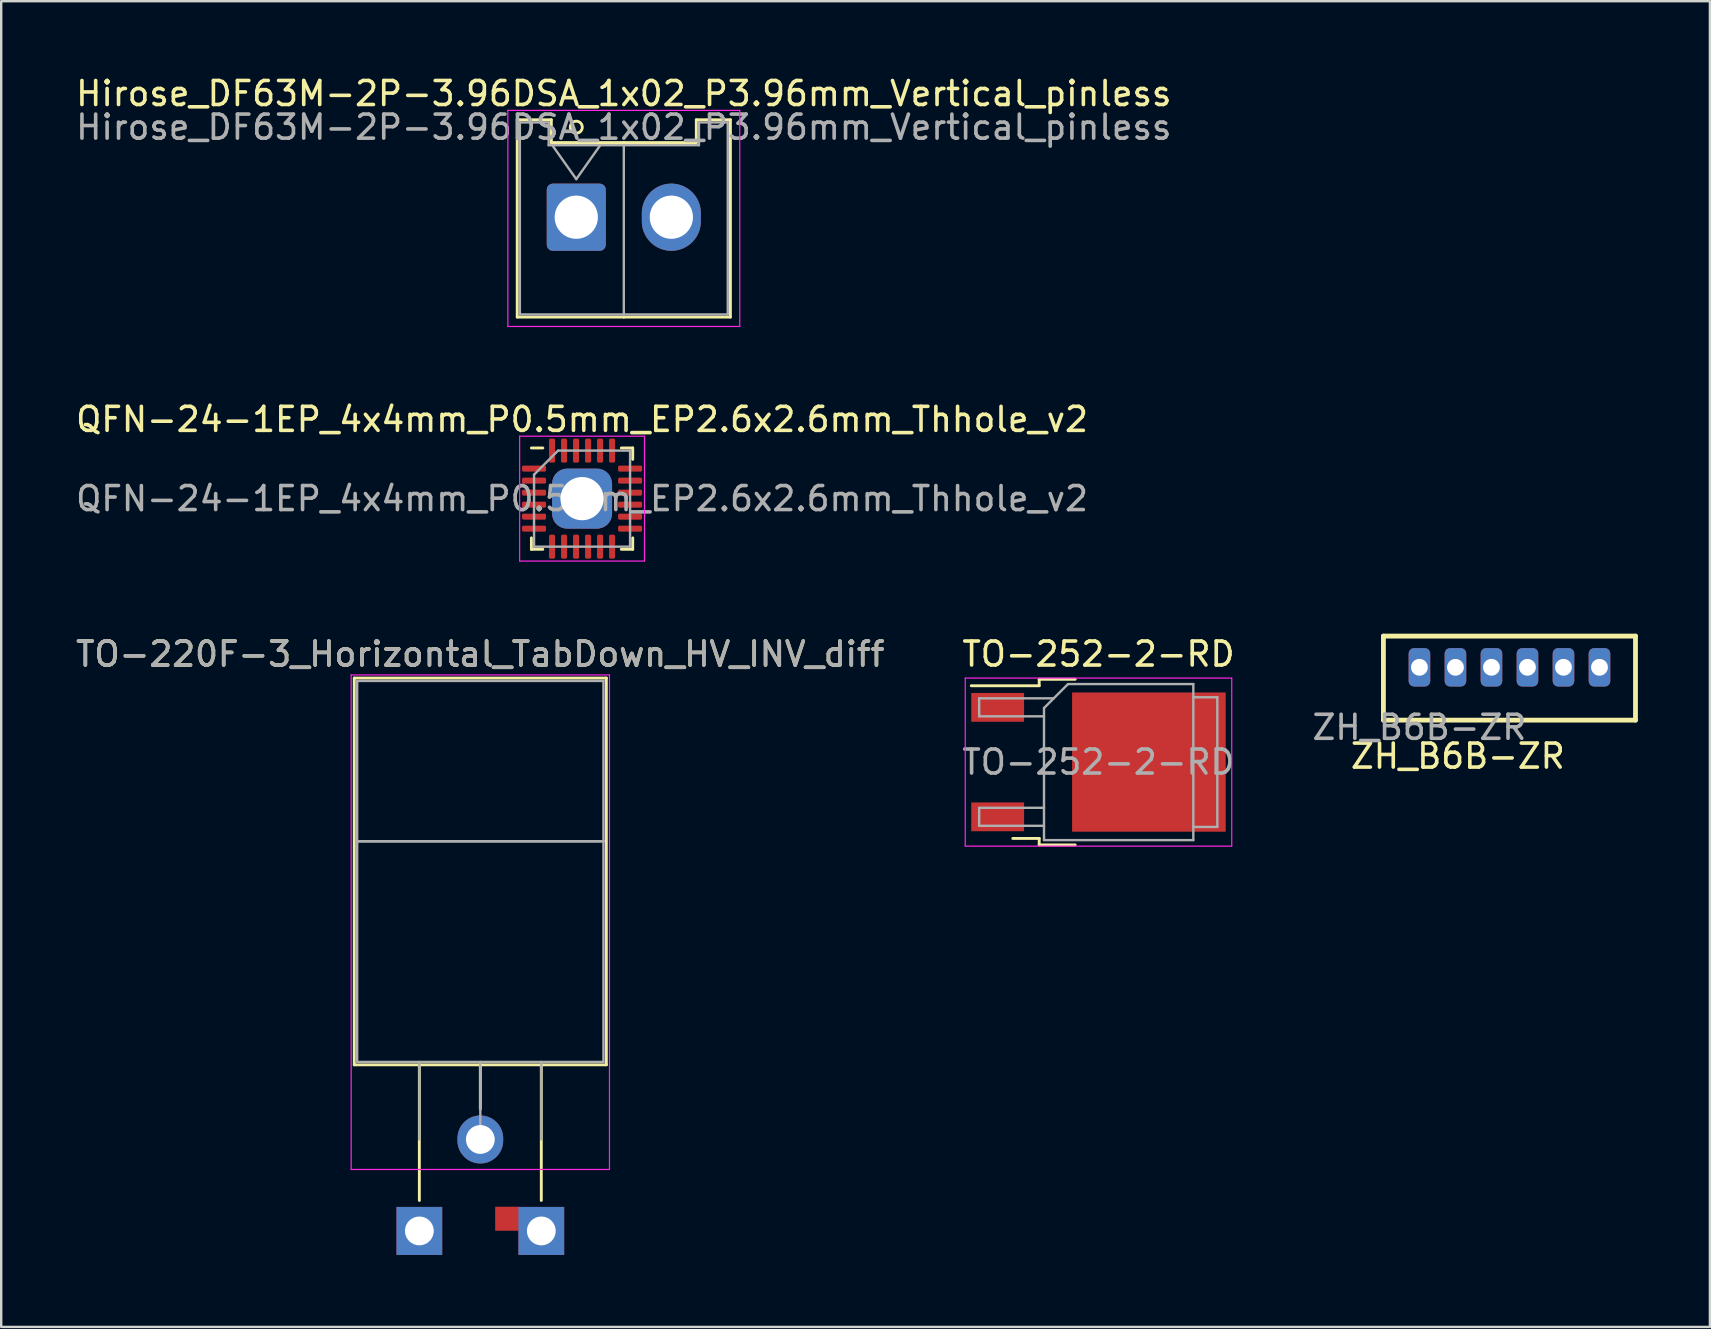
<source format=kicad_pcb>
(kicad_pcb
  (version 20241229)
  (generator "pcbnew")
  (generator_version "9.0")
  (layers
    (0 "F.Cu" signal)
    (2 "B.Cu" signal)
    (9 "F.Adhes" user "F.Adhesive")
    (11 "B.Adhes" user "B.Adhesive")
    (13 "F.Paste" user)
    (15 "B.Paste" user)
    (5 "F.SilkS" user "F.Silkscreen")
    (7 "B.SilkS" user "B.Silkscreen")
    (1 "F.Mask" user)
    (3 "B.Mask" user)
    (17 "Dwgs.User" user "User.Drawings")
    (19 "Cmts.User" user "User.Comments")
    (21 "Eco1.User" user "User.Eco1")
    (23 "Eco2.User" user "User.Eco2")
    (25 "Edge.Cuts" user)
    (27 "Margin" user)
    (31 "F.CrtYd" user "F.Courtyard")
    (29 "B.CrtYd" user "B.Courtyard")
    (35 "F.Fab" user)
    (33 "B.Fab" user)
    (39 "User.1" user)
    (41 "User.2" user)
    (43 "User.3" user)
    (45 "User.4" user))
  (footprint "ZH_B6B-ZR"
    (layer "F.Cu")
    (at 56.077 24.747)
    (property "Reference" "ZH_B6B-ZR" (at 1.6 3.7 0) (unlocked yes) (layer "F.SilkS") (effects (font (size 1 1) (thickness 0.15))))
    (attr through_hole)
    (fp_line (start -1.5 -1.3) (end -1.5 2.2) (stroke (width 0.2) (type solid)) (layer "F.SilkS"))
    (fp_line (start -1.5 -1.3) (end 9 -1.3) (stroke (width 0.2) (type solid)) (layer "F.SilkS"))
    (fp_line (start 9 -1.3) (end 9 2.2) (stroke (width 0.2) (type solid)) (layer "F.SilkS"))
    (fp_line (start 9 2.2) (end -1.5 2.2) (stroke (width 0.2) (type solid)) (layer "F.SilkS"))
    (fp_text user "${REFERENCE}" (at 0 2.5 0) (unlocked yes) (layer "F.Fab") (effects (font (size 1 1) (thickness 0.15))))
    (pad "1" thru_hole roundrect (at 0 0) (size 0.9 1.6) (drill 0.7) (layers "*.Cu" "*.Mask") (roundrect_rratio 0.25))
    (pad "2" thru_hole roundrect (at 1.5 0) (size 0.9 1.6) (drill 0.7) (layers "*.Cu" "*.Mask") (roundrect_rratio 0.25))
    (pad "3" thru_hole roundrect (at 3 0) (size 0.9 1.6) (drill 0.7) (layers "*.Cu" "*.Mask") (roundrect_rratio 0.25))
    (pad "4" thru_hole roundrect (at 4.5 0) (size 0.9 1.6) (drill 0.7) (layers "*.Cu" "*.Mask") (roundrect_rratio 0.25))
    (pad "5" thru_hole roundrect (at 6 0) (size 0.9 1.6) (drill 0.7) (layers "*.Cu" "*.Mask") (roundrect_rratio 0.25))
    (pad "6" thru_hole roundrect (at 7.5 0) (size 0.9 1.6) (drill 0.7) (layers "*.Cu" "*.Mask") (roundrect_rratio 0.25)))
  (footprint "Hirose_DF63M-2P-3.96DSA_1x02_P3.96mm_Vertical_pinless"
    (layer "F.Cu")
    (at 20.955 5.998)
    (property "Reference" "Hirose_DF63M-2P-3.96DSA_1x02_P3.96mm_Vertical_pinless" (at 1.98 -5.15 0) (layer "F.SilkS") (effects (font (size 1 1) (thickness 0.15))))
    (attr through_hole)
    (fp_line (start -2.46 -4.06) (end -1.04 -4.06) (stroke (width 0.12) (type solid)) (layer "F.SilkS"))
    (fp_line (start -2.46 4.16) (end -2.46 -4.06) (stroke (width 0.12) (type solid)) (layer "F.SilkS"))
    (fp_line (start -1.04 -4.06) (end -1.04 -3.11) (stroke (width 0.12) (type solid)) (layer "F.SilkS"))
    (fp_line (start -1.04 -3.11) (end 1.98 -3.11) (stroke (width 0.12) (type solid)) (layer "F.SilkS"))
    (fp_line (start 1.98 4.16) (end -2.46 4.16) (stroke (width 0.12) (type solid)) (layer "F.SilkS"))
    (fp_line (start 1.98 4.16) (end 6.42 4.16) (stroke (width 0.12) (type solid)) (layer "F.SilkS"))
    (fp_line (start 5 -4.06) (end 5 -3.11) (stroke (width 0.12) (type solid)) (layer "F.SilkS"))
    (fp_line (start 5 -3.11) (end 1.98 -3.11) (stroke (width 0.12) (type solid)) (layer "F.SilkS"))
    (fp_line (start 6.42 -4.06) (end 5 -4.06) (stroke (width 0.12) (type solid)) (layer "F.SilkS"))
    (fp_line (start 6.42 4.16) (end 6.42 -4.06) (stroke (width 0.12) (type solid)) (layer "F.SilkS"))
    (fp_circle (center 0 -3.75) (end 0.25 -3.75) (stroke (width 0.12) (type solid)) (fill no) (layer "F.SilkS"))
    (fp_line (start -2.85 -4.45) (end -2.85 4.55) (stroke (width 0.05) (type solid)) (layer "F.CrtYd"))
    (fp_line (start -2.85 4.55) (end 6.81 4.55) (stroke (width 0.05) (type solid)) (layer "F.CrtYd"))
    (fp_line (start 6.81 -4.45) (end -2.85 -4.45) (stroke (width 0.05) (type solid)) (layer "F.CrtYd"))
    (fp_line (start 6.81 4.55) (end 6.81 -4.45) (stroke (width 0.05) (type solid)) (layer "F.CrtYd"))
    (fp_line (start -2.35 -3.95) (end -1.15 -3.95) (stroke (width 0.1) (type solid)) (layer "F.Fab"))
    (fp_line (start -2.35 4.05) (end -2.35 -3.95) (stroke (width 0.1) (type solid)) (layer "F.Fab"))
    (fp_line (start -1.15 -3.95) (end -1.15 -3) (stroke (width 0.1) (type solid)) (layer "F.Fab"))
    (fp_line (start -1.15 -3) (end 1.98 -3) (stroke (width 0.1) (type solid)) (layer "F.Fab"))
    (fp_line (start -1 -3) (end 0 -1.586) (stroke (width 0.1) (type solid)) (layer "F.Fab"))
    (fp_line (start 0 -1.586) (end 1 -3) (stroke (width 0.1) (type solid)) (layer "F.Fab"))
    (fp_line (start 1.98 -3) (end 1.98 4.05) (stroke (width 0.1) (type solid)) (layer "F.Fab"))
    (fp_line (start 1.98 4.05) (end -2.35 4.05) (stroke (width 0.1) (type solid)) (layer "F.Fab"))
    (fp_line (start 1.98 4.05) (end 6.31 4.05) (stroke (width 0.1) (type solid)) (layer "F.Fab"))
    (fp_line (start 5.11 -3.95) (end 5.11 -3) (stroke (width 0.1) (type solid)) (layer "F.Fab"))
    (fp_line (start 5.11 -3) (end 1.98 -3) (stroke (width 0.1) (type solid)) (layer "F.Fab"))
    (fp_line (start 6.31 -3.95) (end 5.11 -3.95) (stroke (width 0.1) (type solid)) (layer "F.Fab"))
    (fp_line (start 6.31 4.05) (end 6.31 -3.95) (stroke (width 0.1) (type solid)) (layer "F.Fab"))
    (fp_text user "${REFERENCE}" (at 1.98 -3.75 0) (layer "F.Fab") (effects (font (size 1 1) (thickness 0.15))))
    (pad "1" thru_hole roundrect (at 0 0) (size 2.46 2.8) (drill 1.8) (layers "*.Cu" "*.Mask") (roundrect_rratio 0.102))
    (pad "2" thru_hole oval (at 3.96 0) (size 2.46 2.8) (drill 1.8) (layers "*.Cu" "*.Mask")))
  (footprint "QFN-24-1EP_4x4mm_P0.5mm_EP2.6x2.6mm_Thhole_v2"
    (layer "F.Cu")
    (at 21.196 17.721)
    (property "Reference" "QFN-24-1EP_4x4mm_P0.5mm_EP2.6x2.6mm_Thhole_v2" (at 0 -3.3 0) (layer "F.SilkS") (effects (font (size 1 1) (thickness 0.15))))
    (attr smd)
    (fp_line (start -2.11 2.11) (end -2.11 1.635) (stroke (width 0.12) (type solid)) (layer "F.SilkS"))
    (fp_line (start -1.635 -2.11) (end -2.11 -2.11) (stroke (width 0.12) (type solid)) (layer "F.SilkS"))
    (fp_line (start -1.635 2.11) (end -2.11 2.11) (stroke (width 0.12) (type solid)) (layer "F.SilkS"))
    (fp_line (start 1.635 -2.11) (end 2.11 -2.11) (stroke (width 0.12) (type solid)) (layer "F.SilkS"))
    (fp_line (start 1.635 2.11) (end 2.11 2.11) (stroke (width 0.12) (type solid)) (layer "F.SilkS"))
    (fp_line (start 2.11 -2.11) (end 2.11 -1.635) (stroke (width 0.12) (type solid)) (layer "F.SilkS"))
    (fp_line (start 2.11 2.11) (end 2.11 1.635) (stroke (width 0.12) (type solid)) (layer "F.SilkS"))
    (fp_line (start -2.6 -2.6) (end -2.6 2.6) (stroke (width 0.05) (type solid)) (layer "F.CrtYd"))
    (fp_line (start -2.6 2.6) (end 2.6 2.6) (stroke (width 0.05) (type solid)) (layer "F.CrtYd"))
    (fp_line (start 2.6 -2.6) (end -2.6 -2.6) (stroke (width 0.05) (type solid)) (layer "F.CrtYd"))
    (fp_line (start 2.6 2.6) (end 2.6 -2.6) (stroke (width 0.05) (type solid)) (layer "F.CrtYd"))
    (fp_line (start -2 -1) (end -1 -2) (stroke (width 0.1) (type solid)) (layer "F.Fab"))
    (fp_line (start -2 2) (end -2 -1) (stroke (width 0.1) (type solid)) (layer "F.Fab"))
    (fp_line (start -1 -2) (end 2 -2) (stroke (width 0.1) (type solid)) (layer "F.Fab"))
    (fp_line (start 2 -2) (end 2 2) (stroke (width 0.1) (type solid)) (layer "F.Fab"))
    (fp_line (start 2 2) (end -2 2) (stroke (width 0.1) (type solid)) (layer "F.Fab"))
    (fp_text user "${REFERENCE}" (at 0 0 0) (layer "F.Fab") (effects (font (size 1 1) (thickness 0.15))))
    (pad "1" smd roundrect (at -2 -1.25) (size 1 0.25) (layers "F.Cu" "F.Mask" "F.Paste") (roundrect_rratio 0.25))
    (pad "2" smd roundrect (at -2 -0.75) (size 1 0.25) (layers "F.Cu" "F.Mask" "F.Paste") (roundrect_rratio 0.25))
    (pad "3" smd roundrect (at -2 -0.25) (size 1 0.25) (layers "F.Cu" "F.Mask" "F.Paste") (roundrect_rratio 0.25))
    (pad "4" smd roundrect (at -2 0.25) (size 1 0.25) (layers "F.Cu" "F.Mask" "F.Paste") (roundrect_rratio 0.25))
    (pad "5" smd roundrect (at -2 0.75) (size 1 0.25) (layers "F.Cu" "F.Mask" "F.Paste") (roundrect_rratio 0.25))
    (pad "6" smd roundrect (at -2 1.25) (size 1 0.25) (layers "F.Cu" "F.Mask" "F.Paste") (roundrect_rratio 0.25))
    (pad "7" smd roundrect (at -1.25 2) (size 0.25 1) (layers "F.Cu" "F.Mask" "F.Paste") (roundrect_rratio 0.25))
    (pad "8" smd roundrect (at -0.75 2) (size 0.25 1) (layers "F.Cu" "F.Mask" "F.Paste") (roundrect_rratio 0.25))
    (pad "9" smd roundrect (at -0.25 2) (size 0.25 1) (layers "F.Cu" "F.Mask" "F.Paste") (roundrect_rratio 0.25))
    (pad "10" smd roundrect (at 0.25 2) (size 0.25 1) (layers "F.Cu" "F.Mask" "F.Paste") (roundrect_rratio 0.25))
    (pad "11" smd roundrect (at 0.75 2) (size 0.25 1) (layers "F.Cu" "F.Mask" "F.Paste") (roundrect_rratio 0.25))
    (pad "12" smd roundrect (at 1.25 2) (size 0.25 1) (layers "F.Cu" "F.Mask" "F.Paste") (roundrect_rratio 0.25))
    (pad "13" smd roundrect (at 2 1.25) (size 1 0.25) (layers "F.Cu" "F.Mask" "F.Paste") (roundrect_rratio 0.25))
    (pad "14" smd roundrect (at 2 0.75) (size 1 0.25) (layers "F.Cu" "F.Mask" "F.Paste") (roundrect_rratio 0.25))
    (pad "15" smd roundrect (at 2 0.25) (size 1 0.25) (layers "F.Cu" "F.Mask" "F.Paste") (roundrect_rratio 0.25))
    (pad "16" smd roundrect (at 2 -0.25) (size 1 0.25) (layers "F.Cu" "F.Mask" "F.Paste") (roundrect_rratio 0.25))
    (pad "17" smd roundrect (at 2 -0.75) (size 1 0.25) (layers "F.Cu" "F.Mask" "F.Paste") (roundrect_rratio 0.25))
    (pad "18" smd roundrect (at 2 -1.25) (size 1 0.25) (layers "F.Cu" "F.Mask" "F.Paste") (roundrect_rratio 0.25))
    (pad "19" smd roundrect (at 1.25 -2) (size 0.25 1) (layers "F.Cu" "F.Mask" "F.Paste") (roundrect_rratio 0.25))
    (pad "20" smd roundrect (at 0.75 -2) (size 0.25 1) (layers "F.Cu" "F.Mask" "F.Paste") (roundrect_rratio 0.25))
    (pad "21" smd roundrect (at 0.25 -2) (size 0.25 1) (layers "F.Cu" "F.Mask" "F.Paste") (roundrect_rratio 0.25))
    (pad "22" smd roundrect (at -0.25 -2) (size 0.25 1) (layers "F.Cu" "F.Mask" "F.Paste") (roundrect_rratio 0.25))
    (pad "23" smd roundrect (at -0.75 -2) (size 0.25 1) (layers "F.Cu" "F.Mask" "F.Paste") (roundrect_rratio 0.25))
    (pad "24" smd roundrect (at -1.25 -2) (size 0.25 1) (layers "F.Cu" "F.Mask" "F.Paste") (roundrect_rratio 0.25))
    (pad "25" thru_hole roundrect (at 0 0) (size 2.5 2.5) (drill 1.8) (layers "*.Cu" "*.Mask") (roundrect_rratio 0.25)))
  (footprint "TO-252-2-RD"
    (layer "F.Cu")
    (at 42.708 28.695)
    (property "Reference" "TO-252-2-RD" (at 0 -4.5 0) (layer "F.SilkS") (effects (font (size 1 1) (thickness 0.15))))
    (attr smd)
    (fp_line (start -2.47 -3.45) (end -2.47 -3.18) (stroke (width 0.12) (type solid)) (layer "F.SilkS"))
    (fp_line (start -2.47 -3.18) (end -5.3 -3.18) (stroke (width 0.12) (type solid)) (layer "F.SilkS"))
    (fp_line (start -2.47 3.18) (end -3.57 3.18) (stroke (width 0.12) (type solid)) (layer "F.SilkS"))
    (fp_line (start -2.47 3.45) (end -2.47 3.18) (stroke (width 0.12) (type solid)) (layer "F.SilkS"))
    (fp_line (start -0.97 -3.45) (end -2.47 -3.45) (stroke (width 0.12) (type solid)) (layer "F.SilkS"))
    (fp_line (start -0.97 3.45) (end -2.47 3.45) (stroke (width 0.12) (type solid)) (layer "F.SilkS"))
    (fp_line (start -5.55 -3.5) (end -5.55 3.5) (stroke (width 0.05) (type solid)) (layer "F.CrtYd"))
    (fp_line (start -5.55 3.5) (end 5.55 3.5) (stroke (width 0.05) (type solid)) (layer "F.CrtYd"))
    (fp_line (start 5.55 -3.5) (end -5.55 -3.5) (stroke (width 0.05) (type solid)) (layer "F.CrtYd"))
    (fp_line (start 5.55 3.5) (end 5.55 -3.5) (stroke (width 0.05) (type solid)) (layer "F.CrtYd"))
    (fp_line (start -4.97 -2.655) (end -4.97 -1.905) (stroke (width 0.1) (type solid)) (layer "F.Fab"))
    (fp_line (start -4.97 -1.905) (end -2.27 -1.905) (stroke (width 0.1) (type solid)) (layer "F.Fab"))
    (fp_line (start -4.97 1.905) (end -4.97 2.655) (stroke (width 0.1) (type solid)) (layer "F.Fab"))
    (fp_line (start -4.97 2.655) (end -2.27 2.655) (stroke (width 0.1) (type solid)) (layer "F.Fab"))
    (fp_line (start -2.27 -2.25) (end -1.27 -3.25) (stroke (width 0.1) (type solid)) (layer "F.Fab"))
    (fp_line (start -2.27 1.905) (end -4.97 1.905) (stroke (width 0.1) (type solid)) (layer "F.Fab"))
    (fp_line (start -2.27 3.25) (end -2.27 -2.25) (stroke (width 0.1) (type solid)) (layer "F.Fab"))
    (fp_line (start -1.865 -2.655) (end -4.97 -2.655) (stroke (width 0.1) (type solid)) (layer "F.Fab"))
    (fp_line (start -1.27 -3.25) (end 3.95 -3.25) (stroke (width 0.1) (type solid)) (layer "F.Fab"))
    (fp_line (start 3.95 -3.25) (end 3.95 3.25) (stroke (width 0.1) (type solid)) (layer "F.Fab"))
    (fp_line (start 3.95 -2.7) (end 4.95 -2.7) (stroke (width 0.1) (type solid)) (layer "F.Fab"))
    (fp_line (start 3.95 3.25) (end -2.27 3.25) (stroke (width 0.1) (type solid)) (layer "F.Fab"))
    (fp_line (start 4.95 -2.7) (end 4.95 2.7) (stroke (width 0.1) (type solid)) (layer "F.Fab"))
    (fp_line (start 4.95 2.7) (end 3.95 2.7) (stroke (width 0.1) (type solid)) (layer "F.Fab"))
    (fp_text user "${REFERENCE}" (at 0 0 0) (layer "F.Fab") (effects (font (size 1 1) (thickness 0.15))))
    (pad "" smd rect (at 0.425 -1.525) (size 3.05 2.75) (layers "F.Paste"))
    (pad "" smd rect (at 0.425 1.525) (size 3.05 2.75) (layers "F.Paste"))
    (pad "" smd rect (at 3.775 -1.525) (size 3.05 2.75) (layers "F.Paste"))
    (pad "" smd rect (at 3.775 1.525) (size 3.05 2.75) (layers "F.Paste"))
    (pad "1" smd rect (at 2.1 0) (size 6.4 5.8) (layers "F.Cu" "F.Mask"))
    (pad "2" smd rect (at -4.2 -2.28) (size 2.2 1.2) (layers "F.Cu" "F.Mask" "F.Paste"))
    (pad "2" smd rect (at -4.2 2.28) (size 2.2 1.2) (layers "F.Cu" "F.Mask" "F.Paste")))
  (footprint "TO-220F-3_Horizontal_TabDown_HV_INV_diff"
    (layer "F.Cu")
    (at 14.418 44.415)
    (property "Reference" "TO-220F-3_Horizontal_TabDown_HV_INV_diff" (at 2.54 -20.22 0) (layer "F.SilkS") (effects (font (size 1 1) (thickness 0.15))))
    (attr through_hole)
    (fp_line (start -2.71 -19.22) (end -2.71 -3.11) (stroke (width 0.12) (type solid)) (layer "F.SilkS"))
    (fp_line (start -2.71 -19.22) (end 7.79 -19.22) (stroke (width 0.12) (type solid)) (layer "F.SilkS"))
    (fp_line (start -2.71 -3.11) (end 7.79 -3.11) (stroke (width 0.12) (type solid)) (layer "F.SilkS"))
    (fp_line (start 0 -3.11) (end 0 2.54) (stroke (width 0.12) (type solid)) (layer "F.SilkS"))
    (fp_line (start 2.54 -3.11) (end 2.54 -1.27) (stroke (width 0.12) (type solid)) (layer "F.SilkS"))
    (fp_line (start 5.08 -3.11) (end 5.08 2.54) (stroke (width 0.12) (type solid)) (layer "F.SilkS"))
    (fp_line (start 7.79 -19.22) (end 7.79 -3.11) (stroke (width 0.12) (type solid)) (layer "F.SilkS"))
    (fp_line (start -2.84 -19.35) (end -2.84 1.25) (stroke (width 0.05) (type solid)) (layer "F.CrtYd"))
    (fp_line (start -2.84 1.25) (end 7.92 1.25) (stroke (width 0.05) (type solid)) (layer "F.CrtYd"))
    (fp_line (start 7.92 -19.35) (end -2.84 -19.35) (stroke (width 0.05) (type solid)) (layer "F.CrtYd"))
    (fp_line (start 7.92 1.25) (end 7.92 -19.35) (stroke (width 0.05) (type solid)) (layer "F.CrtYd"))
    (fp_line (start -2.59 -19.1) (end 7.67 -19.1) (stroke (width 0.1) (type solid)) (layer "F.Fab"))
    (fp_line (start -2.59 -12.42) (end -2.59 -19.1) (stroke (width 0.1) (type solid)) (layer "F.Fab"))
    (fp_line (start -2.59 -12.42) (end 7.67 -12.42) (stroke (width 0.1) (type solid)) (layer "F.Fab"))
    (fp_line (start -2.59 -3.23) (end -2.59 -12.42) (stroke (width 0.1) (type solid)) (layer "F.Fab"))
    (fp_line (start 0 -3.23) (end 0 0) (stroke (width 0.1) (type solid)) (layer "F.Fab"))
    (fp_line (start 2.54 -3.23) (end 2.54 0) (stroke (width 0.1) (type solid)) (layer "F.Fab"))
    (fp_line (start 5.08 -3.23) (end 5.08 0) (stroke (width 0.1) (type solid)) (layer "F.Fab"))
    (fp_line (start 7.67 -19.1) (end 7.67 -12.42) (stroke (width 0.1) (type solid)) (layer "F.Fab"))
    (fp_line (start 7.67 -12.42) (end -2.59 -12.42) (stroke (width 0.1) (type solid)) (layer "F.Fab"))
    (fp_line (start 7.67 -12.42) (end 7.67 -3.23) (stroke (width 0.1) (type solid)) (layer "F.Fab"))
    (fp_line (start 7.67 -3.23) (end -2.59 -3.23) (stroke (width 0.1) (type solid)) (layer "F.Fab"))
    (fp_text user "${REFERENCE}" (at 2.54 -20.22 0) (layer "F.Fab") (effects (font (size 1 1) (thickness 0.15))))
    (pad "1" thru_hole rect (at 0 3.81) (size 1.905 2) (drill 1.2) (layers "*.Cu" "*.Mask"))
    (pad "2" thru_hole oval (at 2.54 0) (size 1.905 2) (drill 1.2) (layers "*.Cu" "*.Mask"))
    (pad "3" thru_hole rect (at 5.08 3.81) (size 1.905 2) (drill 1.2) (layers "*.Cu" "*.Mask"))
    (pad "4" smd rect (at 3.658 3.302 90) (size 1 1) (layers "*.Mask" "F.Cu")))
  (gr_rect
    (start -3 -3)
    (end 68.177 52.225)
    (stroke (width 0.1) (type default))
    (fill no)
    (layer "Edge.Cuts")))
</source>
